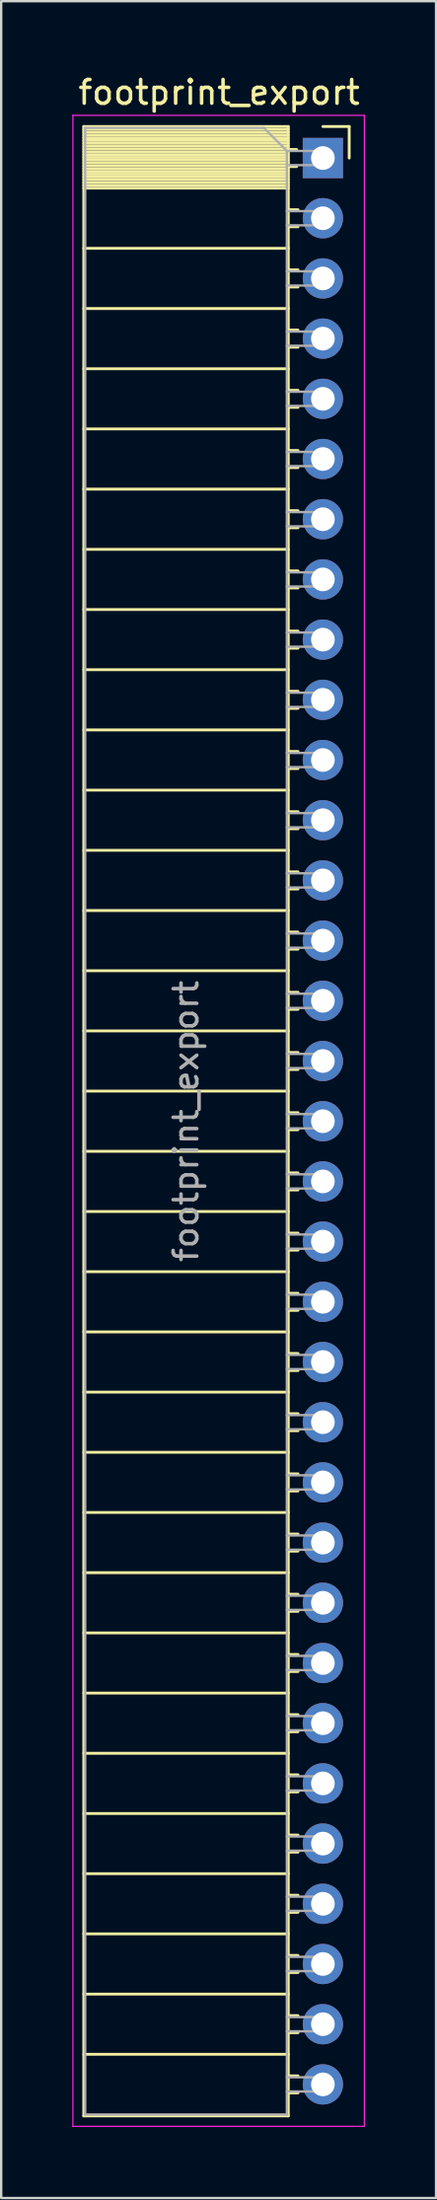
<source format=kicad_pcb>
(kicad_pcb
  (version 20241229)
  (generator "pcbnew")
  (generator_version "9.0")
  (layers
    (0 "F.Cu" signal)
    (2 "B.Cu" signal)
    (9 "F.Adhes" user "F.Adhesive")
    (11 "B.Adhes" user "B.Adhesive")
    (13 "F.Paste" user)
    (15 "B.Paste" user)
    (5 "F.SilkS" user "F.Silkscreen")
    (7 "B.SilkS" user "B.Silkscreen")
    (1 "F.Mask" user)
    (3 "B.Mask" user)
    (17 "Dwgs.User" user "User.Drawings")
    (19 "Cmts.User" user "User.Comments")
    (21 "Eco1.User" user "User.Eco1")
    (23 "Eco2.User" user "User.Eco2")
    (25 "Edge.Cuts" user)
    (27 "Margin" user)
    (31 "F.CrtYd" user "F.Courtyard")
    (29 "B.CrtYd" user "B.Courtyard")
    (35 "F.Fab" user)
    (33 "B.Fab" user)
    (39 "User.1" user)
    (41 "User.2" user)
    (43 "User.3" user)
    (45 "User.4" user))
  (footprint "footprint_export"
    (layer "F.Cu")
    (at 10.575 3.618)
    (property "Reference" "footprint_export" (at -4.38 -2.77 0) (layer "F.SilkS") (effects (font (size 1 1) (thickness 0.15))))
    (attr through_hole)
    (fp_line (start -10.09 -1.33) (end -10.09 82.61) (stroke (width 0.12) (type solid)) (layer "F.SilkS"))
    (fp_line (start -10.09 -1.33) (end -1.46 -1.33) (stroke (width 0.12) (type solid)) (layer "F.SilkS"))
    (fp_line (start -10.09 -1.21) (end -1.46 -1.21) (stroke (width 0.12) (type solid)) (layer "F.SilkS"))
    (fp_line (start -10.09 -1.092) (end -1.46 -1.092) (stroke (width 0.12) (type solid)) (layer "F.SilkS"))
    (fp_line (start -10.09 -0.974) (end -1.46 -0.974) (stroke (width 0.12) (type solid)) (layer "F.SilkS"))
    (fp_line (start -10.09 -0.856) (end -1.46 -0.856) (stroke (width 0.12) (type solid)) (layer "F.SilkS"))
    (fp_line (start -10.09 -0.738) (end -1.46 -0.738) (stroke (width 0.12) (type solid)) (layer "F.SilkS"))
    (fp_line (start -10.09 -0.62) (end -1.46 -0.62) (stroke (width 0.12) (type solid)) (layer "F.SilkS"))
    (fp_line (start -10.09 -0.501) (end -1.46 -0.501) (stroke (width 0.12) (type solid)) (layer "F.SilkS"))
    (fp_line (start -10.09 -0.383) (end -1.46 -0.383) (stroke (width 0.12) (type solid)) (layer "F.SilkS"))
    (fp_line (start -10.09 -0.265) (end -1.46 -0.265) (stroke (width 0.12) (type solid)) (layer "F.SilkS"))
    (fp_line (start -10.09 -0.147) (end -1.46 -0.147) (stroke (width 0.12) (type solid)) (layer "F.SilkS"))
    (fp_line (start -10.09 -0.029) (end -1.46 -0.029) (stroke (width 0.12) (type solid)) (layer "F.SilkS"))
    (fp_line (start -10.09 0.089) (end -1.46 0.089) (stroke (width 0.12) (type solid)) (layer "F.SilkS"))
    (fp_line (start -10.09 0.207) (end -1.46 0.207) (stroke (width 0.12) (type solid)) (layer "F.SilkS"))
    (fp_line (start -10.09 0.325) (end -1.46 0.325) (stroke (width 0.12) (type solid)) (layer "F.SilkS"))
    (fp_line (start -10.09 0.443) (end -1.46 0.443) (stroke (width 0.12) (type solid)) (layer "F.SilkS"))
    (fp_line (start -10.09 0.561) (end -1.46 0.561) (stroke (width 0.12) (type solid)) (layer "F.SilkS"))
    (fp_line (start -10.09 0.68) (end -1.46 0.68) (stroke (width 0.12) (type solid)) (layer "F.SilkS"))
    (fp_line (start -10.09 0.798) (end -1.46 0.798) (stroke (width 0.12) (type solid)) (layer "F.SilkS"))
    (fp_line (start -10.09 0.916) (end -1.46 0.916) (stroke (width 0.12) (type solid)) (layer "F.SilkS"))
    (fp_line (start -10.09 1.034) (end -1.46 1.034) (stroke (width 0.12) (type solid)) (layer "F.SilkS"))
    (fp_line (start -10.09 1.152) (end -1.46 1.152) (stroke (width 0.12) (type solid)) (layer "F.SilkS"))
    (fp_line (start -10.09 1.27) (end -1.46 1.27) (stroke (width 0.12) (type solid)) (layer "F.SilkS"))
    (fp_line (start -10.09 3.81) (end -1.46 3.81) (stroke (width 0.12) (type solid)) (layer "F.SilkS"))
    (fp_line (start -10.09 6.35) (end -1.46 6.35) (stroke (width 0.12) (type solid)) (layer "F.SilkS"))
    (fp_line (start -10.09 8.89) (end -1.46 8.89) (stroke (width 0.12) (type solid)) (layer "F.SilkS"))
    (fp_line (start -10.09 11.43) (end -1.46 11.43) (stroke (width 0.12) (type solid)) (layer "F.SilkS"))
    (fp_line (start -10.09 13.97) (end -1.46 13.97) (stroke (width 0.12) (type solid)) (layer "F.SilkS"))
    (fp_line (start -10.09 16.51) (end -1.46 16.51) (stroke (width 0.12) (type solid)) (layer "F.SilkS"))
    (fp_line (start -10.09 19.05) (end -1.46 19.05) (stroke (width 0.12) (type solid)) (layer "F.SilkS"))
    (fp_line (start -10.09 21.59) (end -1.46 21.59) (stroke (width 0.12) (type solid)) (layer "F.SilkS"))
    (fp_line (start -10.09 24.13) (end -1.46 24.13) (stroke (width 0.12) (type solid)) (layer "F.SilkS"))
    (fp_line (start -10.09 26.67) (end -1.46 26.67) (stroke (width 0.12) (type solid)) (layer "F.SilkS"))
    (fp_line (start -10.09 29.21) (end -1.46 29.21) (stroke (width 0.12) (type solid)) (layer "F.SilkS"))
    (fp_line (start -10.09 31.75) (end -1.46 31.75) (stroke (width 0.12) (type solid)) (layer "F.SilkS"))
    (fp_line (start -10.09 34.29) (end -1.46 34.29) (stroke (width 0.12) (type solid)) (layer "F.SilkS"))
    (fp_line (start -10.09 36.83) (end -1.46 36.83) (stroke (width 0.12) (type solid)) (layer "F.SilkS"))
    (fp_line (start -10.09 39.37) (end -1.46 39.37) (stroke (width 0.12) (type solid)) (layer "F.SilkS"))
    (fp_line (start -10.09 41.91) (end -1.46 41.91) (stroke (width 0.12) (type solid)) (layer "F.SilkS"))
    (fp_line (start -10.09 44.45) (end -1.46 44.45) (stroke (width 0.12) (type solid)) (layer "F.SilkS"))
    (fp_line (start -10.09 46.99) (end -1.46 46.99) (stroke (width 0.12) (type solid)) (layer "F.SilkS"))
    (fp_line (start -10.09 49.53) (end -1.46 49.53) (stroke (width 0.12) (type solid)) (layer "F.SilkS"))
    (fp_line (start -10.09 52.07) (end -1.46 52.07) (stroke (width 0.12) (type solid)) (layer "F.SilkS"))
    (fp_line (start -10.09 54.61) (end -1.46 54.61) (stroke (width 0.12) (type solid)) (layer "F.SilkS"))
    (fp_line (start -10.09 57.15) (end -1.46 57.15) (stroke (width 0.12) (type solid)) (layer "F.SilkS"))
    (fp_line (start -10.09 59.69) (end -1.46 59.69) (stroke (width 0.12) (type solid)) (layer "F.SilkS"))
    (fp_line (start -10.09 62.23) (end -1.46 62.23) (stroke (width 0.12) (type solid)) (layer "F.SilkS"))
    (fp_line (start -10.09 64.77) (end -1.46 64.77) (stroke (width 0.12) (type solid)) (layer "F.SilkS"))
    (fp_line (start -10.09 67.31) (end -1.46 67.31) (stroke (width 0.12) (type solid)) (layer "F.SilkS"))
    (fp_line (start -10.09 69.85) (end -1.46 69.85) (stroke (width 0.12) (type solid)) (layer "F.SilkS"))
    (fp_line (start -10.09 72.39) (end -1.46 72.39) (stroke (width 0.12) (type solid)) (layer "F.SilkS"))
    (fp_line (start -10.09 74.93) (end -1.46 74.93) (stroke (width 0.12) (type solid)) (layer "F.SilkS"))
    (fp_line (start -10.09 77.47) (end -1.46 77.47) (stroke (width 0.12) (type solid)) (layer "F.SilkS"))
    (fp_line (start -10.09 80.01) (end -1.46 80.01) (stroke (width 0.12) (type solid)) (layer "F.SilkS"))
    (fp_line (start -10.09 82.61) (end -1.46 82.61) (stroke (width 0.12) (type solid)) (layer "F.SilkS"))
    (fp_line (start -1.46 -1.33) (end -1.46 82.61) (stroke (width 0.12) (type solid)) (layer "F.SilkS"))
    (fp_line (start -1.46 -0.36) (end -1.11 -0.36) (stroke (width 0.12) (type solid)) (layer "F.SilkS"))
    (fp_line (start -1.46 0.36) (end -1.11 0.36) (stroke (width 0.12) (type solid)) (layer "F.SilkS"))
    (fp_line (start -1.46 2.18) (end -1.05 2.18) (stroke (width 0.12) (type solid)) (layer "F.SilkS"))
    (fp_line (start -1.46 2.9) (end -1.05 2.9) (stroke (width 0.12) (type solid)) (layer "F.SilkS"))
    (fp_line (start -1.46 4.72) (end -1.05 4.72) (stroke (width 0.12) (type solid)) (layer "F.SilkS"))
    (fp_line (start -1.46 5.44) (end -1.05 5.44) (stroke (width 0.12) (type solid)) (layer "F.SilkS"))
    (fp_line (start -1.46 7.26) (end -1.05 7.26) (stroke (width 0.12) (type solid)) (layer "F.SilkS"))
    (fp_line (start -1.46 7.98) (end -1.05 7.98) (stroke (width 0.12) (type solid)) (layer "F.SilkS"))
    (fp_line (start -1.46 9.8) (end -1.05 9.8) (stroke (width 0.12) (type solid)) (layer "F.SilkS"))
    (fp_line (start -1.46 10.52) (end -1.05 10.52) (stroke (width 0.12) (type solid)) (layer "F.SilkS"))
    (fp_line (start -1.46 12.34) (end -1.05 12.34) (stroke (width 0.12) (type solid)) (layer "F.SilkS"))
    (fp_line (start -1.46 13.06) (end -1.05 13.06) (stroke (width 0.12) (type solid)) (layer "F.SilkS"))
    (fp_line (start -1.46 14.88) (end -1.05 14.88) (stroke (width 0.12) (type solid)) (layer "F.SilkS"))
    (fp_line (start -1.46 15.6) (end -1.05 15.6) (stroke (width 0.12) (type solid)) (layer "F.SilkS"))
    (fp_line (start -1.46 17.42) (end -1.05 17.42) (stroke (width 0.12) (type solid)) (layer "F.SilkS"))
    (fp_line (start -1.46 18.14) (end -1.05 18.14) (stroke (width 0.12) (type solid)) (layer "F.SilkS"))
    (fp_line (start -1.46 19.96) (end -1.05 19.96) (stroke (width 0.12) (type solid)) (layer "F.SilkS"))
    (fp_line (start -1.46 20.68) (end -1.05 20.68) (stroke (width 0.12) (type solid)) (layer "F.SilkS"))
    (fp_line (start -1.46 22.5) (end -1.05 22.5) (stroke (width 0.12) (type solid)) (layer "F.SilkS"))
    (fp_line (start -1.46 23.22) (end -1.05 23.22) (stroke (width 0.12) (type solid)) (layer "F.SilkS"))
    (fp_line (start -1.46 25.04) (end -1.05 25.04) (stroke (width 0.12) (type solid)) (layer "F.SilkS"))
    (fp_line (start -1.46 25.76) (end -1.05 25.76) (stroke (width 0.12) (type solid)) (layer "F.SilkS"))
    (fp_line (start -1.46 27.58) (end -1.05 27.58) (stroke (width 0.12) (type solid)) (layer "F.SilkS"))
    (fp_line (start -1.46 28.3) (end -1.05 28.3) (stroke (width 0.12) (type solid)) (layer "F.SilkS"))
    (fp_line (start -1.46 30.12) (end -1.05 30.12) (stroke (width 0.12) (type solid)) (layer "F.SilkS"))
    (fp_line (start -1.46 30.84) (end -1.05 30.84) (stroke (width 0.12) (type solid)) (layer "F.SilkS"))
    (fp_line (start -1.46 32.66) (end -1.05 32.66) (stroke (width 0.12) (type solid)) (layer "F.SilkS"))
    (fp_line (start -1.46 33.38) (end -1.05 33.38) (stroke (width 0.12) (type solid)) (layer "F.SilkS"))
    (fp_line (start -1.46 35.2) (end -1.05 35.2) (stroke (width 0.12) (type solid)) (layer "F.SilkS"))
    (fp_line (start -1.46 35.92) (end -1.05 35.92) (stroke (width 0.12) (type solid)) (layer "F.SilkS"))
    (fp_line (start -1.46 37.74) (end -1.05 37.74) (stroke (width 0.12) (type solid)) (layer "F.SilkS"))
    (fp_line (start -1.46 38.46) (end -1.05 38.46) (stroke (width 0.12) (type solid)) (layer "F.SilkS"))
    (fp_line (start -1.46 40.28) (end -1.05 40.28) (stroke (width 0.12) (type solid)) (layer "F.SilkS"))
    (fp_line (start -1.46 41) (end -1.05 41) (stroke (width 0.12) (type solid)) (layer "F.SilkS"))
    (fp_line (start -1.46 42.82) (end -1.05 42.82) (stroke (width 0.12) (type solid)) (layer "F.SilkS"))
    (fp_line (start -1.46 43.54) (end -1.05 43.54) (stroke (width 0.12) (type solid)) (layer "F.SilkS"))
    (fp_line (start -1.46 45.36) (end -1.05 45.36) (stroke (width 0.12) (type solid)) (layer "F.SilkS"))
    (fp_line (start -1.46 46.08) (end -1.05 46.08) (stroke (width 0.12) (type solid)) (layer "F.SilkS"))
    (fp_line (start -1.46 47.9) (end -1.05 47.9) (stroke (width 0.12) (type solid)) (layer "F.SilkS"))
    (fp_line (start -1.46 48.62) (end -1.05 48.62) (stroke (width 0.12) (type solid)) (layer "F.SilkS"))
    (fp_line (start -1.46 50.44) (end -1.05 50.44) (stroke (width 0.12) (type solid)) (layer "F.SilkS"))
    (fp_line (start -1.46 51.16) (end -1.05 51.16) (stroke (width 0.12) (type solid)) (layer "F.SilkS"))
    (fp_line (start -1.46 52.98) (end -1.05 52.98) (stroke (width 0.12) (type solid)) (layer "F.SilkS"))
    (fp_line (start -1.46 53.7) (end -1.05 53.7) (stroke (width 0.12) (type solid)) (layer "F.SilkS"))
    (fp_line (start -1.46 55.52) (end -1.05 55.52) (stroke (width 0.12) (type solid)) (layer "F.SilkS"))
    (fp_line (start -1.46 56.24) (end -1.05 56.24) (stroke (width 0.12) (type solid)) (layer "F.SilkS"))
    (fp_line (start -1.46 58.06) (end -1.05 58.06) (stroke (width 0.12) (type solid)) (layer "F.SilkS"))
    (fp_line (start -1.46 58.78) (end -1.05 58.78) (stroke (width 0.12) (type solid)) (layer "F.SilkS"))
    (fp_line (start -1.46 60.6) (end -1.05 60.6) (stroke (width 0.12) (type solid)) (layer "F.SilkS"))
    (fp_line (start -1.46 61.32) (end -1.05 61.32) (stroke (width 0.12) (type solid)) (layer "F.SilkS"))
    (fp_line (start -1.46 63.14) (end -1.05 63.14) (stroke (width 0.12) (type solid)) (layer "F.SilkS"))
    (fp_line (start -1.46 63.86) (end -1.05 63.86) (stroke (width 0.12) (type solid)) (layer "F.SilkS"))
    (fp_line (start -1.46 65.68) (end -1.05 65.68) (stroke (width 0.12) (type solid)) (layer "F.SilkS"))
    (fp_line (start -1.46 66.4) (end -1.05 66.4) (stroke (width 0.12) (type solid)) (layer "F.SilkS"))
    (fp_line (start -1.46 68.22) (end -1.05 68.22) (stroke (width 0.12) (type solid)) (layer "F.SilkS"))
    (fp_line (start -1.46 68.94) (end -1.05 68.94) (stroke (width 0.12) (type solid)) (layer "F.SilkS"))
    (fp_line (start -1.46 70.76) (end -1.05 70.76) (stroke (width 0.12) (type solid)) (layer "F.SilkS"))
    (fp_line (start -1.46 71.48) (end -1.05 71.48) (stroke (width 0.12) (type solid)) (layer "F.SilkS"))
    (fp_line (start -1.46 73.3) (end -1.05 73.3) (stroke (width 0.12) (type solid)) (layer "F.SilkS"))
    (fp_line (start -1.46 74.02) (end -1.05 74.02) (stroke (width 0.12) (type solid)) (layer "F.SilkS"))
    (fp_line (start -1.46 75.84) (end -1.05 75.84) (stroke (width 0.12) (type solid)) (layer "F.SilkS"))
    (fp_line (start -1.46 76.56) (end -1.05 76.56) (stroke (width 0.12) (type solid)) (layer "F.SilkS"))
    (fp_line (start -1.46 78.38) (end -1.05 78.38) (stroke (width 0.12) (type solid)) (layer "F.SilkS"))
    (fp_line (start -1.46 79.1) (end -1.05 79.1) (stroke (width 0.12) (type solid)) (layer "F.SilkS"))
    (fp_line (start -1.46 80.92) (end -1.05 80.92) (stroke (width 0.12) (type solid)) (layer "F.SilkS"))
    (fp_line (start -1.46 81.64) (end -1.05 81.64) (stroke (width 0.12) (type solid)) (layer "F.SilkS"))
    (fp_line (start 0 -1.33) (end 1.11 -1.33) (stroke (width 0.12) (type solid)) (layer "F.SilkS"))
    (fp_line (start 1.11 -1.33) (end 1.11 0) (stroke (width 0.12) (type solid)) (layer "F.SilkS"))
    (fp_line (start -10.55 -1.8) (end -10.55 83.05) (stroke (width 0.05) (type solid)) (layer "F.CrtYd"))
    (fp_line (start -10.55 83.05) (end 1.75 83.05) (stroke (width 0.05) (type solid)) (layer "F.CrtYd"))
    (fp_line (start 1.75 -1.8) (end -10.55 -1.8) (stroke (width 0.05) (type solid)) (layer "F.CrtYd"))
    (fp_line (start 1.75 83.05) (end 1.75 -1.8) (stroke (width 0.05) (type solid)) (layer "F.CrtYd"))
    (fp_line (start -10.03 -1.27) (end -2.49 -1.27) (stroke (width 0.1) (type solid)) (layer "F.Fab"))
    (fp_line (start -10.03 82.55) (end -10.03 -1.27) (stroke (width 0.1) (type solid)) (layer "F.Fab"))
    (fp_line (start -2.49 -1.27) (end -1.52 -0.3) (stroke (width 0.1) (type solid)) (layer "F.Fab"))
    (fp_line (start -1.52 -0.3) (end -1.52 82.55) (stroke (width 0.1) (type solid)) (layer "F.Fab"))
    (fp_line (start -1.52 0.3) (end 0 0.3) (stroke (width 0.1) (type solid)) (layer "F.Fab"))
    (fp_line (start -1.52 2.84) (end 0 2.84) (stroke (width 0.1) (type solid)) (layer "F.Fab"))
    (fp_line (start -1.52 5.38) (end 0 5.38) (stroke (width 0.1) (type solid)) (layer "F.Fab"))
    (fp_line (start -1.52 7.92) (end 0 7.92) (stroke (width 0.1) (type solid)) (layer "F.Fab"))
    (fp_line (start -1.52 10.46) (end 0 10.46) (stroke (width 0.1) (type solid)) (layer "F.Fab"))
    (fp_line (start -1.52 13) (end 0 13) (stroke (width 0.1) (type solid)) (layer "F.Fab"))
    (fp_line (start -1.52 15.54) (end 0 15.54) (stroke (width 0.1) (type solid)) (layer "F.Fab"))
    (fp_line (start -1.52 18.08) (end 0 18.08) (stroke (width 0.1) (type solid)) (layer "F.Fab"))
    (fp_line (start -1.52 20.62) (end 0 20.62) (stroke (width 0.1) (type solid)) (layer "F.Fab"))
    (fp_line (start -1.52 23.16) (end 0 23.16) (stroke (width 0.1) (type solid)) (layer "F.Fab"))
    (fp_line (start -1.52 25.7) (end 0 25.7) (stroke (width 0.1) (type solid)) (layer "F.Fab"))
    (fp_line (start -1.52 28.24) (end 0 28.24) (stroke (width 0.1) (type solid)) (layer "F.Fab"))
    (fp_line (start -1.52 30.78) (end 0 30.78) (stroke (width 0.1) (type solid)) (layer "F.Fab"))
    (fp_line (start -1.52 33.32) (end 0 33.32) (stroke (width 0.1) (type solid)) (layer "F.Fab"))
    (fp_line (start -1.52 35.86) (end 0 35.86) (stroke (width 0.1) (type solid)) (layer "F.Fab"))
    (fp_line (start -1.52 38.4) (end 0 38.4) (stroke (width 0.1) (type solid)) (layer "F.Fab"))
    (fp_line (start -1.52 40.94) (end 0 40.94) (stroke (width 0.1) (type solid)) (layer "F.Fab"))
    (fp_line (start -1.52 43.48) (end 0 43.48) (stroke (width 0.1) (type solid)) (layer "F.Fab"))
    (fp_line (start -1.52 46.02) (end 0 46.02) (stroke (width 0.1) (type solid)) (layer "F.Fab"))
    (fp_line (start -1.52 48.56) (end 0 48.56) (stroke (width 0.1) (type solid)) (layer "F.Fab"))
    (fp_line (start -1.52 51.1) (end 0 51.1) (stroke (width 0.1) (type solid)) (layer "F.Fab"))
    (fp_line (start -1.52 53.64) (end 0 53.64) (stroke (width 0.1) (type solid)) (layer "F.Fab"))
    (fp_line (start -1.52 56.18) (end 0 56.18) (stroke (width 0.1) (type solid)) (layer "F.Fab"))
    (fp_line (start -1.52 58.72) (end 0 58.72) (stroke (width 0.1) (type solid)) (layer "F.Fab"))
    (fp_line (start -1.52 61.26) (end 0 61.26) (stroke (width 0.1) (type solid)) (layer "F.Fab"))
    (fp_line (start -1.52 63.8) (end 0 63.8) (stroke (width 0.1) (type solid)) (layer "F.Fab"))
    (fp_line (start -1.52 66.34) (end 0 66.34) (stroke (width 0.1) (type solid)) (layer "F.Fab"))
    (fp_line (start -1.52 68.88) (end 0 68.88) (stroke (width 0.1) (type solid)) (layer "F.Fab"))
    (fp_line (start -1.52 71.42) (end 0 71.42) (stroke (width 0.1) (type solid)) (layer "F.Fab"))
    (fp_line (start -1.52 73.96) (end 0 73.96) (stroke (width 0.1) (type solid)) (layer "F.Fab"))
    (fp_line (start -1.52 76.5) (end 0 76.5) (stroke (width 0.1) (type solid)) (layer "F.Fab"))
    (fp_line (start -1.52 79.04) (end 0 79.04) (stroke (width 0.1) (type solid)) (layer "F.Fab"))
    (fp_line (start -1.52 81.58) (end 0 81.58) (stroke (width 0.1) (type solid)) (layer "F.Fab"))
    (fp_line (start -1.52 82.55) (end -10.03 82.55) (stroke (width 0.1) (type solid)) (layer "F.Fab"))
    (fp_line (start 0 -0.3) (end -1.52 -0.3) (stroke (width 0.1) (type solid)) (layer "F.Fab"))
    (fp_line (start 0 0.3) (end 0 -0.3) (stroke (width 0.1) (type solid)) (layer "F.Fab"))
    (fp_line (start 0 2.24) (end -1.52 2.24) (stroke (width 0.1) (type solid)) (layer "F.Fab"))
    (fp_line (start 0 2.84) (end 0 2.24) (stroke (width 0.1) (type solid)) (layer "F.Fab"))
    (fp_line (start 0 4.78) (end -1.52 4.78) (stroke (width 0.1) (type solid)) (layer "F.Fab"))
    (fp_line (start 0 5.38) (end 0 4.78) (stroke (width 0.1) (type solid)) (layer "F.Fab"))
    (fp_line (start 0 7.32) (end -1.52 7.32) (stroke (width 0.1) (type solid)) (layer "F.Fab"))
    (fp_line (start 0 7.92) (end 0 7.32) (stroke (width 0.1) (type solid)) (layer "F.Fab"))
    (fp_line (start 0 9.86) (end -1.52 9.86) (stroke (width 0.1) (type solid)) (layer "F.Fab"))
    (fp_line (start 0 10.46) (end 0 9.86) (stroke (width 0.1) (type solid)) (layer "F.Fab"))
    (fp_line (start 0 12.4) (end -1.52 12.4) (stroke (width 0.1) (type solid)) (layer "F.Fab"))
    (fp_line (start 0 13) (end 0 12.4) (stroke (width 0.1) (type solid)) (layer "F.Fab"))
    (fp_line (start 0 14.94) (end -1.52 14.94) (stroke (width 0.1) (type solid)) (layer "F.Fab"))
    (fp_line (start 0 15.54) (end 0 14.94) (stroke (width 0.1) (type solid)) (layer "F.Fab"))
    (fp_line (start 0 17.48) (end -1.52 17.48) (stroke (width 0.1) (type solid)) (layer "F.Fab"))
    (fp_line (start 0 18.08) (end 0 17.48) (stroke (width 0.1) (type solid)) (layer "F.Fab"))
    (fp_line (start 0 20.02) (end -1.52 20.02) (stroke (width 0.1) (type solid)) (layer "F.Fab"))
    (fp_line (start 0 20.62) (end 0 20.02) (stroke (width 0.1) (type solid)) (layer "F.Fab"))
    (fp_line (start 0 22.56) (end -1.52 22.56) (stroke (width 0.1) (type solid)) (layer "F.Fab"))
    (fp_line (start 0 23.16) (end 0 22.56) (stroke (width 0.1) (type solid)) (layer "F.Fab"))
    (fp_line (start 0 25.1) (end -1.52 25.1) (stroke (width 0.1) (type solid)) (layer "F.Fab"))
    (fp_line (start 0 25.7) (end 0 25.1) (stroke (width 0.1) (type solid)) (layer "F.Fab"))
    (fp_line (start 0 27.64) (end -1.52 27.64) (stroke (width 0.1) (type solid)) (layer "F.Fab"))
    (fp_line (start 0 28.24) (end 0 27.64) (stroke (width 0.1) (type solid)) (layer "F.Fab"))
    (fp_line (start 0 30.18) (end -1.52 30.18) (stroke (width 0.1) (type solid)) (layer "F.Fab"))
    (fp_line (start 0 30.78) (end 0 30.18) (stroke (width 0.1) (type solid)) (layer "F.Fab"))
    (fp_line (start 0 32.72) (end -1.52 32.72) (stroke (width 0.1) (type solid)) (layer "F.Fab"))
    (fp_line (start 0 33.32) (end 0 32.72) (stroke (width 0.1) (type solid)) (layer "F.Fab"))
    (fp_line (start 0 35.26) (end -1.52 35.26) (stroke (width 0.1) (type solid)) (layer "F.Fab"))
    (fp_line (start 0 35.86) (end 0 35.26) (stroke (width 0.1) (type solid)) (layer "F.Fab"))
    (fp_line (start 0 37.8) (end -1.52 37.8) (stroke (width 0.1) (type solid)) (layer "F.Fab"))
    (fp_line (start 0 38.4) (end 0 37.8) (stroke (width 0.1) (type solid)) (layer "F.Fab"))
    (fp_line (start 0 40.34) (end -1.52 40.34) (stroke (width 0.1) (type solid)) (layer "F.Fab"))
    (fp_line (start 0 40.94) (end 0 40.34) (stroke (width 0.1) (type solid)) (layer "F.Fab"))
    (fp_line (start 0 42.88) (end -1.52 42.88) (stroke (width 0.1) (type solid)) (layer "F.Fab"))
    (fp_line (start 0 43.48) (end 0 42.88) (stroke (width 0.1) (type solid)) (layer "F.Fab"))
    (fp_line (start 0 45.42) (end -1.52 45.42) (stroke (width 0.1) (type solid)) (layer "F.Fab"))
    (fp_line (start 0 46.02) (end 0 45.42) (stroke (width 0.1) (type solid)) (layer "F.Fab"))
    (fp_line (start 0 47.96) (end -1.52 47.96) (stroke (width 0.1) (type solid)) (layer "F.Fab"))
    (fp_line (start 0 48.56) (end 0 47.96) (stroke (width 0.1) (type solid)) (layer "F.Fab"))
    (fp_line (start 0 50.5) (end -1.52 50.5) (stroke (width 0.1) (type solid)) (layer "F.Fab"))
    (fp_line (start 0 51.1) (end 0 50.5) (stroke (width 0.1) (type solid)) (layer "F.Fab"))
    (fp_line (start 0 53.04) (end -1.52 53.04) (stroke (width 0.1) (type solid)) (layer "F.Fab"))
    (fp_line (start 0 53.64) (end 0 53.04) (stroke (width 0.1) (type solid)) (layer "F.Fab"))
    (fp_line (start 0 55.58) (end -1.52 55.58) (stroke (width 0.1) (type solid)) (layer "F.Fab"))
    (fp_line (start 0 56.18) (end 0 55.58) (stroke (width 0.1) (type solid)) (layer "F.Fab"))
    (fp_line (start 0 58.12) (end -1.52 58.12) (stroke (width 0.1) (type solid)) (layer "F.Fab"))
    (fp_line (start 0 58.72) (end 0 58.12) (stroke (width 0.1) (type solid)) (layer "F.Fab"))
    (fp_line (start 0 60.66) (end -1.52 60.66) (stroke (width 0.1) (type solid)) (layer "F.Fab"))
    (fp_line (start 0 61.26) (end 0 60.66) (stroke (width 0.1) (type solid)) (layer "F.Fab"))
    (fp_line (start 0 63.2) (end -1.52 63.2) (stroke (width 0.1) (type solid)) (layer "F.Fab"))
    (fp_line (start 0 63.8) (end 0 63.2) (stroke (width 0.1) (type solid)) (layer "F.Fab"))
    (fp_line (start 0 65.74) (end -1.52 65.74) (stroke (width 0.1) (type solid)) (layer "F.Fab"))
    (fp_line (start 0 66.34) (end 0 65.74) (stroke (width 0.1) (type solid)) (layer "F.Fab"))
    (fp_line (start 0 68.28) (end -1.52 68.28) (stroke (width 0.1) (type solid)) (layer "F.Fab"))
    (fp_line (start 0 68.88) (end 0 68.28) (stroke (width 0.1) (type solid)) (layer "F.Fab"))
    (fp_line (start 0 70.82) (end -1.52 70.82) (stroke (width 0.1) (type solid)) (layer "F.Fab"))
    (fp_line (start 0 71.42) (end 0 70.82) (stroke (width 0.1) (type solid)) (layer "F.Fab"))
    (fp_line (start 0 73.36) (end -1.52 73.36) (stroke (width 0.1) (type solid)) (layer "F.Fab"))
    (fp_line (start 0 73.96) (end 0 73.36) (stroke (width 0.1) (type solid)) (layer "F.Fab"))
    (fp_line (start 0 75.9) (end -1.52 75.9) (stroke (width 0.1) (type solid)) (layer "F.Fab"))
    (fp_line (start 0 76.5) (end 0 75.9) (stroke (width 0.1) (type solid)) (layer "F.Fab"))
    (fp_line (start 0 78.44) (end -1.52 78.44) (stroke (width 0.1) (type solid)) (layer "F.Fab"))
    (fp_line (start 0 79.04) (end 0 78.44) (stroke (width 0.1) (type solid)) (layer "F.Fab"))
    (fp_line (start 0 80.98) (end -1.52 80.98) (stroke (width 0.1) (type solid)) (layer "F.Fab"))
    (fp_line (start 0 81.58) (end 0 80.98) (stroke (width 0.1) (type solid)) (layer "F.Fab"))
    (fp_text user "${REFERENCE}" (at -5.775 40.64 90) (layer "F.Fab") (effects (font (size 1 1) (thickness 0.15))))
    (pad "1" thru_hole rect (at 0 0) (size 1.7 1.7) (drill 1) (layers "*.Cu" "*.Mask"))
    (pad "2" thru_hole oval (at 0 2.54) (size 1.7 1.7) (drill 1) (layers "*.Cu" "*.Mask"))
    (pad "3" thru_hole oval (at 0 5.08) (size 1.7 1.7) (drill 1) (layers "*.Cu" "*.Mask"))
    (pad "4" thru_hole oval (at 0 7.62) (size 1.7 1.7) (drill 1) (layers "*.Cu" "*.Mask"))
    (pad "5" thru_hole oval (at 0 10.16) (size 1.7 1.7) (drill 1) (layers "*.Cu" "*.Mask"))
    (pad "6" thru_hole oval (at 0 12.7) (size 1.7 1.7) (drill 1) (layers "*.Cu" "*.Mask"))
    (pad "7" thru_hole oval (at 0 15.24) (size 1.7 1.7) (drill 1) (layers "*.Cu" "*.Mask"))
    (pad "8" thru_hole oval (at 0 17.78) (size 1.7 1.7) (drill 1) (layers "*.Cu" "*.Mask"))
    (pad "9" thru_hole oval (at 0 20.32) (size 1.7 1.7) (drill 1) (layers "*.Cu" "*.Mask"))
    (pad "10" thru_hole oval (at 0 22.86) (size 1.7 1.7) (drill 1) (layers "*.Cu" "*.Mask"))
    (pad "11" thru_hole oval (at 0 25.4) (size 1.7 1.7) (drill 1) (layers "*.Cu" "*.Mask"))
    (pad "12" thru_hole oval (at 0 27.94) (size 1.7 1.7) (drill 1) (layers "*.Cu" "*.Mask"))
    (pad "13" thru_hole oval (at 0 30.48) (size 1.7 1.7) (drill 1) (layers "*.Cu" "*.Mask"))
    (pad "14" thru_hole oval (at 0 33.02) (size 1.7 1.7) (drill 1) (layers "*.Cu" "*.Mask"))
    (pad "15" thru_hole oval (at 0 35.56) (size 1.7 1.7) (drill 1) (layers "*.Cu" "*.Mask"))
    (pad "16" thru_hole oval (at 0 38.1) (size 1.7 1.7) (drill 1) (layers "*.Cu" "*.Mask"))
    (pad "17" thru_hole oval (at 0 40.64) (size 1.7 1.7) (drill 1) (layers "*.Cu" "*.Mask"))
    (pad "18" thru_hole oval (at 0 43.18) (size 1.7 1.7) (drill 1) (layers "*.Cu" "*.Mask"))
    (pad "19" thru_hole oval (at 0 45.72) (size 1.7 1.7) (drill 1) (layers "*.Cu" "*.Mask"))
    (pad "20" thru_hole oval (at 0 48.26) (size 1.7 1.7) (drill 1) (layers "*.Cu" "*.Mask"))
    (pad "21" thru_hole oval (at 0 50.8) (size 1.7 1.7) (drill 1) (layers "*.Cu" "*.Mask"))
    (pad "22" thru_hole oval (at 0 53.34) (size 1.7 1.7) (drill 1) (layers "*.Cu" "*.Mask"))
    (pad "23" thru_hole oval (at 0 55.88) (size 1.7 1.7) (drill 1) (layers "*.Cu" "*.Mask"))
    (pad "24" thru_hole oval (at 0 58.42) (size 1.7 1.7) (drill 1) (layers "*.Cu" "*.Mask"))
    (pad "25" thru_hole oval (at 0 60.96) (size 1.7 1.7) (drill 1) (layers "*.Cu" "*.Mask"))
    (pad "26" thru_hole oval (at 0 63.5) (size 1.7 1.7) (drill 1) (layers "*.Cu" "*.Mask"))
    (pad "27" thru_hole oval (at 0 66.04) (size 1.7 1.7) (drill 1) (layers "*.Cu" "*.Mask"))
    (pad "28" thru_hole oval (at 0 68.58) (size 1.7 1.7) (drill 1) (layers "*.Cu" "*.Mask"))
    (pad "29" thru_hole oval (at 0 71.12) (size 1.7 1.7) (drill 1) (layers "*.Cu" "*.Mask"))
    (pad "30" thru_hole oval (at 0 73.66) (size 1.7 1.7) (drill 1) (layers "*.Cu" "*.Mask"))
    (pad "31" thru_hole oval (at 0 76.2) (size 1.7 1.7) (drill 1) (layers "*.Cu" "*.Mask"))
    (pad "32" thru_hole oval (at 0 78.74) (size 1.7 1.7) (drill 1) (layers "*.Cu" "*.Mask"))
    (pad "33" thru_hole oval (at 0 81.28) (size 1.7 1.7) (drill 1) (layers "*.Cu" "*.Mask")))
  (gr_rect
    (start -3 -3)
    (end 15.35 89.693)
    (stroke (width 0.1) (type default))
    (fill no)
    (layer "Edge.Cuts")))
</source>
